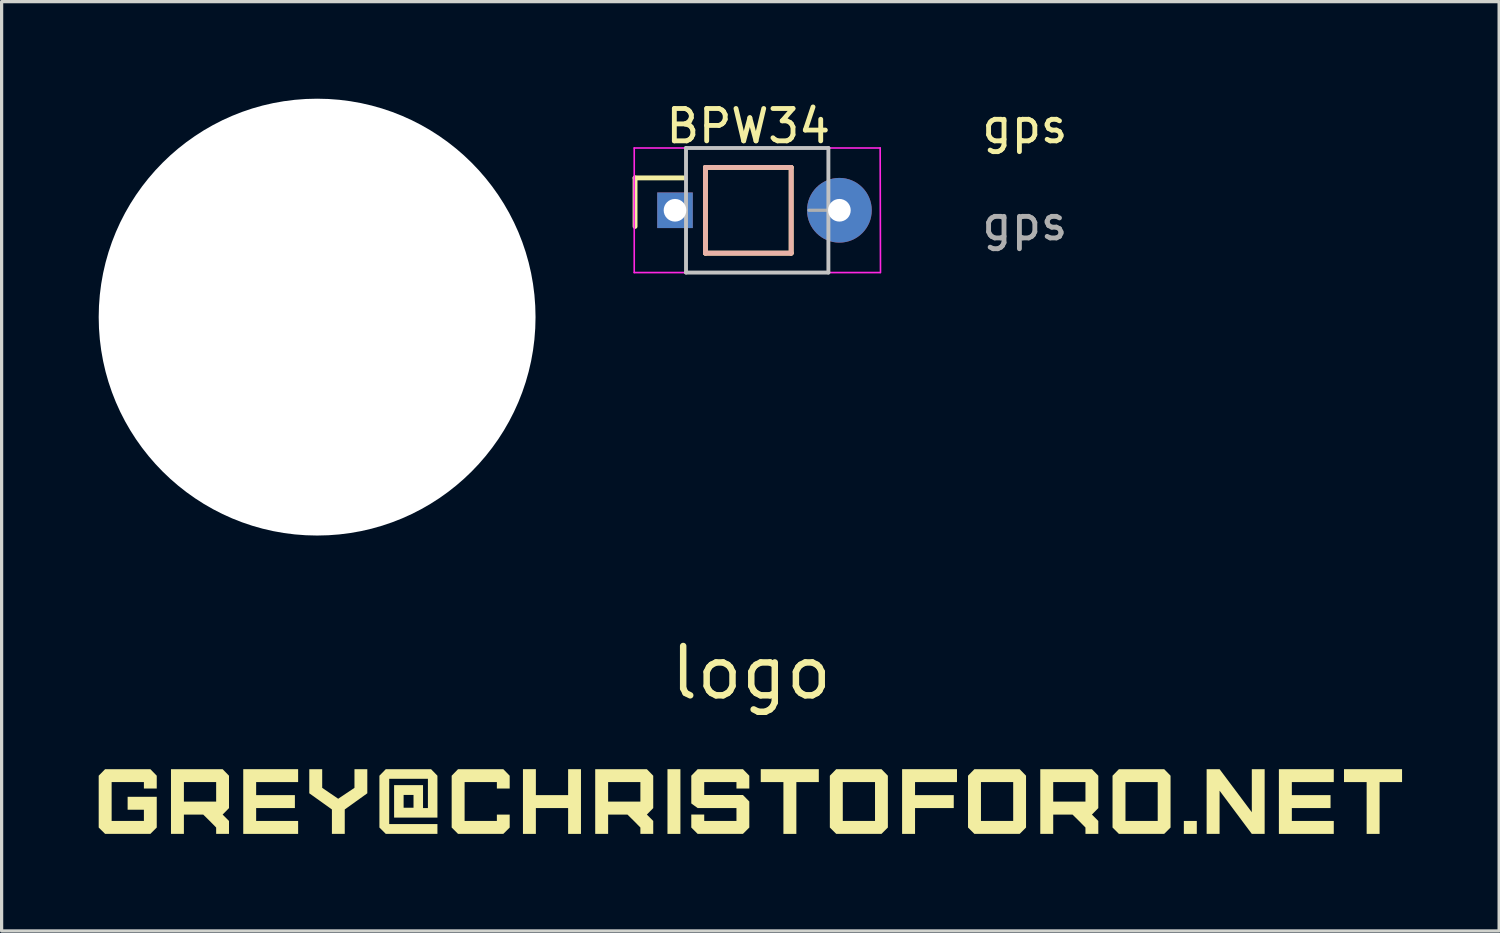
<source format=kicad_pcb>
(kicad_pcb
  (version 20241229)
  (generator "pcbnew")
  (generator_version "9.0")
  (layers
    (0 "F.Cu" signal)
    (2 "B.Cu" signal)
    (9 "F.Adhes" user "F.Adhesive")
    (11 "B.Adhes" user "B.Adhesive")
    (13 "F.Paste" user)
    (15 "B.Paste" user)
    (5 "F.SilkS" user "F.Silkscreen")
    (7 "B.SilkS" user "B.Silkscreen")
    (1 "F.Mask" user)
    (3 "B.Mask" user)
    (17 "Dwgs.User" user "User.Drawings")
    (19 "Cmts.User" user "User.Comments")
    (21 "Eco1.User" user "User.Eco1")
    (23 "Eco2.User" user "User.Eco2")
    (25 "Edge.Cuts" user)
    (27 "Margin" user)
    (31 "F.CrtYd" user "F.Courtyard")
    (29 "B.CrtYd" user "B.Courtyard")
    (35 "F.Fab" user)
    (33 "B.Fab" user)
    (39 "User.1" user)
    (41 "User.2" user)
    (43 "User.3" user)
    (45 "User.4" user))
  (footprint "gps"
    (layer "F.Cu")
    (at 28.62 1.348)
    (property "Reference" "gps" (at 0 -0.5 0) (unlocked yes) (layer "F.SilkS") (effects (font (size 1 1) (thickness 0.15))))
    (fp_text user "${REFERENCE}" (at 0 2.5 0) (unlocked yes) (layer "F.Fab") (effects (font (size 1 1) (thickness 0.15)))))
  (footprint "logo"
    (layer "F.Cu")
    (at 20.167 21.743)
    (property "Reference" "logo" (at 0 -4 0) (layer "F.SilkS") (effects (font (size 1.524 1.524) (thickness 0.2))))
    (attr through_hole)
    (fp_poly (pts (xy -2.59 -1.023) (xy -2.59 0.977) (xy -2.19 0.977) (xy -2.19 -1.023)) (stroke (width 0.001) (type solid)) (fill yes) (layer "F.SilkS"))
    (fp_poly (pts (xy 13.368 0.577) (xy 13.368 0.977) (xy 13.768 0.977) (xy 13.768 0.577)) (stroke (width 0.001) (type solid)) (fill yes) (layer "F.SilkS"))
    (fp_poly (pts (xy 2.087 -0.624) (xy 2.087 -1.023) (xy 0.293 -1.023) (xy 0.293 -0.624) (xy 0.993 -0.624) (xy 0.993 0.977) (xy 1.393 0.977) (xy 1.393 -0.624)) (stroke (width 0.001) (type solid)) (fill yes) (layer "F.SilkS"))
    (fp_poly (pts (xy 18.317 -1.023) (xy 18.317 -0.624) (xy 19.017 -0.624) (xy 19.017 0.977) (xy 19.417 0.977) (xy 19.417 -0.624) (xy 20.111 -0.624) (xy 20.111 -1.023)) (stroke (width 0.001) (type solid)) (fill yes) (layer "F.SilkS"))
    (fp_poly (pts (xy 6.257 0.179) (xy 6.257 -0.221) (xy 5.061 -0.221) (xy 5.061 -0.624) (xy 6.357 -0.624) (xy 6.357 -1.023) (xy 4.661 -1.023) (xy 4.661 0.977) (xy 5.061 0.977) (xy 5.061 0.179)) (stroke (width 0.001) (type solid)) (fill yes) (layer "F.SilkS"))
    (fp_poly (pts (xy 14.072 0.977) (xy 14.472 0.977) (xy 14.472 -0.358) (xy 15.468 0.977) (xy 15.865 0.977) (xy 15.865 -1.023) (xy 15.468 -1.023) (xy 15.468 0.308) (xy 14.472 -1.023) (xy 14.072 -1.023)) (stroke (width 0.001) (type solid)) (fill yes) (layer "F.SilkS"))
    (fp_poly (pts (xy -15.301 0.179) (xy -14.104 0.179) (xy -14.104 -0.221) (xy -15.301 -0.221) (xy -15.301 -0.624) (xy -14.004 -0.624) (xy -14.004 -1.023) (xy -15.7 -1.023) (xy -15.7 0.977) (xy -14.004 0.977) (xy -14.004 0.577) (xy -15.301 0.577)) (stroke (width 0.001) (type solid)) (fill yes) (layer "F.SilkS"))
    (fp_poly (pts (xy -6.657 -1.023) (xy -7.056 -1.023) (xy -7.056 0.977) (xy -6.657 0.977) (xy -6.657 0.179) (xy -5.66 0.179) (xy -5.66 0.977) (xy -5.263 0.977) (xy -5.263 -1.023) (xy -5.66 -1.023) (xy -5.66 -0.221) (xy -6.657 -0.221)) (stroke (width 0.001) (type solid)) (fill yes) (layer "F.SilkS"))
    (fp_poly (pts (xy 18.001 0.977) (xy 18.001 0.577) (xy 16.705 0.577) (xy 16.705 0.179) (xy 17.901 0.179) (xy 17.901 -0.221) (xy 16.705 -0.221) (xy 16.705 -0.624) (xy 18.001 -0.624) (xy 18.001 -1.023) (xy 16.305 -1.023) (xy 16.305 0.977)) (stroke (width 0.001) (type solid)) (fill yes) (layer "F.SilkS"))
    (fp_poly (pts (xy -12.766 -0.109) (xy -13.26 -0.446) (xy -13.26 -1.023) (xy -13.659 -1.023) (xy -13.659 -0.278) (xy -12.96 0.222) (xy -12.96 0.977) (xy -12.563 0.977) (xy -12.563 0.222) (xy -11.866 -0.278) (xy -11.866 -1.023) (xy -12.263 -1.023) (xy -12.263 -0.446)) (stroke (width 0.001) (type solid)) (fill yes) (layer "F.SilkS"))
    (fp_poly (pts (xy 4.221 -0.821) (xy 4.024 -1.023) (xy 2.625 -1.023) (xy 2.828 0.577) (xy 2.828 -0.624) (xy 3.824 -0.624) (xy 3.824 0.577) (xy 2.828 0.577) (xy 2.625 -1.023) (xy 2.428 -0.821) (xy 2.428 0.78) (xy 2.625 0.977) (xy 4.024 0.977) (xy 4.221 0.78)) (stroke (width 0.001) (type solid)) (fill yes) (layer "F.SilkS"))
    (fp_poly (pts (xy 8.491 -0.821) (xy 8.294 -1.023) (xy 6.895 -1.023) (xy 6.698 -0.821) (xy 7.098 -0.624) (xy 8.094 -0.624) (xy 8.094 0.577) (xy 7.098 0.577) (xy 7.098 -0.624) (xy 6.698 -0.821) (xy 6.698 0.78) (xy 6.895 0.977) (xy 8.294 0.977) (xy 8.491 0.78)) (stroke (width 0.001) (type solid)) (fill yes) (layer "F.SilkS"))
    (fp_poly (pts (xy 12.957 -0.821) (xy 12.76 -1.023) (xy 11.361 -1.023) (xy 11.164 -0.821) (xy 11.564 -0.624) (xy 12.56 -0.624) (xy 12.56 0.577) (xy 11.564 0.577) (xy 11.564 -0.624) (xy 11.164 -0.821) (xy 11.164 0.78) (xy 11.361 0.977) (xy 12.76 0.977) (xy 12.957 0.78)) (stroke (width 0.001) (type solid)) (fill yes) (layer "F.SilkS"))
    (fp_poly (pts (xy -8.859 -0.624) (xy -7.862 -0.624) (xy -7.862 -0.424) (xy -7.466 -0.424) (xy -7.466 -0.821) (xy -7.663 -1.023) (xy -9.062 -1.023) (xy -9.259 -0.821) (xy -9.259 0.78) (xy -9.062 0.977) (xy -7.663 0.977) (xy -7.466 0.78) (xy -7.466 0.38) (xy -7.862 0.38) (xy -7.862 0.577) (xy -8.859 0.577)) (stroke (width 0.001) (type solid)) (fill yes) (layer "F.SilkS"))
    (fp_poly (pts (xy -18.373 -0.17) (xy -19.273 -0.17) (xy -19.273 0.23) (xy -18.77 0.23) (xy -18.77 0.577) (xy -19.767 0.577) (xy -19.767 -0.624) (xy -18.77 -0.624) (xy -18.77 -0.424) (xy -18.373 -0.424) (xy -18.373 -0.821) (xy -18.57 -1.023) (xy -19.969 -1.023) (xy -20.167 -0.821) (xy -20.167 0.78) (xy -19.969 0.977) (xy -18.57 0.977) (xy -18.373 0.78)) (stroke (width 0.001) (type solid)) (fill yes) (layer "F.SilkS"))
    (fp_poly (pts (xy -17.534 0.38) (xy -16.937 0.38) (xy -16.737 0.577) (xy -16.537 0.78) (xy -16.537 0.977) (xy -16.14 0.977) (xy -16.14 0.577) (xy -16.337 0.38) (xy -16.14 0.18) (xy -16.14 -0.821) (xy -16.337 -1.023) (xy -17.933 -1.023) (xy -17.933 0.977) (xy -17.534 0.977) (xy -17.534 -0.624) (xy -16.537 -0.624) (xy -16.537 -0.02) (xy -17.534 -0.02)) (stroke (width 0.001) (type solid)) (fill yes) (layer "F.SilkS"))
    (fp_poly (pts (xy -3.827 0.38) (xy -3.627 0.577) (xy -3.427 0.78) (xy -3.427 0.977) (xy -3.03 0.977) (xy -3.03 0.577) (xy -3.227 0.38) (xy -3.03 0.18) (xy -3.03 -0.821) (xy -3.227 -1.023) (xy -4.823 -1.023) (xy -4.823 0.977) (xy -4.424 0.977) (xy -4.424 -0.624) (xy -3.427 -0.624) (xy -3.427 -0.02) (xy -4.424 -0.02) (xy -4.424 -0.624) (xy -4.424 0.38) (xy -3.827 0.38)) (stroke (width 0.001) (type solid)) (fill yes) (layer "F.SilkS"))
    (fp_poly (pts (xy 10.527 -1.023) (xy 8.931 -1.023) (xy 8.931 0.977) (xy 9.331 0.977) (xy 9.331 -0.624) (xy 10.327 -0.624) (xy 10.327 -0.02) (xy 9.331 -0.02) (xy 9.331 -0.624) (xy 9.331 0.977) (xy 9.331 0.38) (xy 9.927 0.38) (xy 10.127 0.577) (xy 10.327 0.78) (xy 10.327 0.977) (xy 10.724 0.977) (xy 10.724 0.577) (xy 10.527 0.38) (xy 10.724 0.18) (xy 10.724 -0.821)) (stroke (width 0.001) (type solid)) (fill yes) (layer "F.SilkS"))
    (fp_poly (pts (xy -0.061 -0.024) (xy -0.258 -0.224) (xy -1.454 -0.224) (xy -1.454 -0.624) (xy -0.458 -0.624) (xy -0.458 -0.424) (xy -0.061 -0.424) (xy -0.061 -0.821) (xy -0.258 -1.023) (xy -1.657 -1.023) (xy -1.854 -0.821) (xy -1.854 0.036) (xy -1.657 0.179) (xy -0.458 0.179) (xy -0.458 0.577) (xy -1.454 0.577) (xy -1.454 0.379) (xy -1.854 0.379) (xy -1.854 0.78) (xy -1.657 0.977) (xy -0.258 0.977) (xy -0.061 0.78)) (stroke (width 0.001) (type solid)) (fill yes) (layer "F.SilkS"))
    (fp_poly (pts (xy -9.699 0.674) (xy -11.189 0.674) (xy -11.189 -0.726) (xy -9.993 -0.726) (xy -9.993 0.179) (xy -10.144 0.179) (xy -10.144 -0.53) (xy -11.038 -0.53) (xy -11.038 0.473) (xy -10.744 0.168) (xy -10.744 -0.227) (xy -10.438 -0.227) (xy -10.438 0.168) (xy -10.744 0.168) (xy -11.038 0.473) (xy -9.699 0.473) (xy -9.699 -0.821) (xy -9.896 -1.023) (xy -11.295 -1.023) (xy -11.492 -0.821) (xy -11.492 0.78) (xy -11.295 0.977) (xy -9.699 0.977)) (stroke (width 0.001) (type solid)) (fill yes) (layer "F.SilkS")))
  (footprint "BPW34"
    (layer "F.Cu")
    (at 20.075 3.448)
    (property "Reference" "BPW34" (at 0 -2.6 0) (layer "F.SilkS") (effects (font (size 1 1) (thickness 0.15))))
    (attr through_hole)
    (fp_line (start -3.5 -1) (end -3.5 0.5) (stroke (width 0.15) (type solid)) (layer "F.SilkS"))
    (fp_line (start -2 -1) (end -3.5 -1) (stroke (width 0.15) (type solid)) (layer "F.SilkS"))
    (fp_line (start -1.325 -1.325) (end -1.325 1.325) (stroke (width 0.15) (type solid)) (layer "F.SilkS"))
    (fp_line (start -1.325 -1.325) (end 1.325 -1.325) (stroke (width 0.15) (type solid)) (layer "F.SilkS"))
    (fp_line (start -1.325 1.325) (end 1.325 1.325) (stroke (width 0.15) (type solid)) (layer "F.SilkS"))
    (fp_line (start 1.325 -1.325) (end 1.325 1.325) (stroke (width 0.15) (type solid)) (layer "F.SilkS"))
    (fp_line (start -1.325 -1.325) (end -1.325 1.325) (stroke (width 0.15) (type solid)) (layer "B.SilkS"))
    (fp_line (start -1.325 -1.325) (end 1.325 -1.325) (stroke (width 0.15) (type solid)) (layer "B.SilkS"))
    (fp_line (start -1.325 1.325) (end 1.325 1.325) (stroke (width 0.15) (type solid)) (layer "B.SilkS"))
    (fp_line (start 1.325 -1.325) (end 1.325 1.325) (stroke (width 0.15) (type solid)) (layer "B.SilkS"))
    (fp_line (start -1.925 -1.925) (end 2.475 -1.925) (stroke (width 0.12) (type solid)) (layer "Dwgs.User"))
    (fp_line (start -1.925 1.925) (end -1.925 -1.925) (stroke (width 0.12) (type solid)) (layer "Dwgs.User"))
    (fp_line (start 2.475 -1.925) (end 2.475 1.925) (stroke (width 0.12) (type solid)) (layer "Dwgs.User"))
    (fp_line (start 2.475 1.925) (end -1.925 1.925) (stroke (width 0.12) (type solid)) (layer "Dwgs.User"))
    (fp_line (start -3.525 -1.925) (end -3.525 1.925) (stroke (width 0.05) (type solid)) (layer "F.CrtYd"))
    (fp_line (start -3.525 1.925) (end 4.075 1.925) (stroke (width 0.05) (type solid)) (layer "F.CrtYd"))
    (fp_line (start 4.075 -1.925) (end -3.525 -1.925) (stroke (width 0.05) (type solid)) (layer "F.CrtYd"))
    (fp_line (start 4.085 1.925) (end 4.075 -1.925) (stroke (width 0.05) (type solid)) (layer "F.CrtYd"))
    (fp_line (start 2.815 0) (end 1.875 0) (stroke (width 0.1) (type solid)) (layer "F.Fab"))
    (pad "1" thru_hole rect (at -2.265 0) (size 1.1 1.1) (drill 0.7) (layers "*.Cu" "*.Mask"))
    (pad "2" thru_hole oval (at 2.815 0) (size 2 2) (drill 0.7) (layers "*.Cu" "*.Mask")))
  (footprint "13.5mm_NPTH"
    (layer "F.Cu")
    (at 6.75 6.75)
    (property "Reference" "13.5mm_NPTH" (at 0 -2.5 0) (layer "F.SilkS") (effects (font (size 1 1) (thickness 0.15))))
    (attr exclude_from_pos_files exclude_from_bom)
    (pad "" np_thru_hole circle (at 0 0) (size 13.5 13.5) (drill 13.5) (layers "*.Cu" "*.Mask")))
  (gr_rect
    (start -3 -3)
    (end 43.278 25.72)
    (stroke (width 0.1) (type default))
    (fill no)
    (layer "Edge.Cuts")))
</source>
